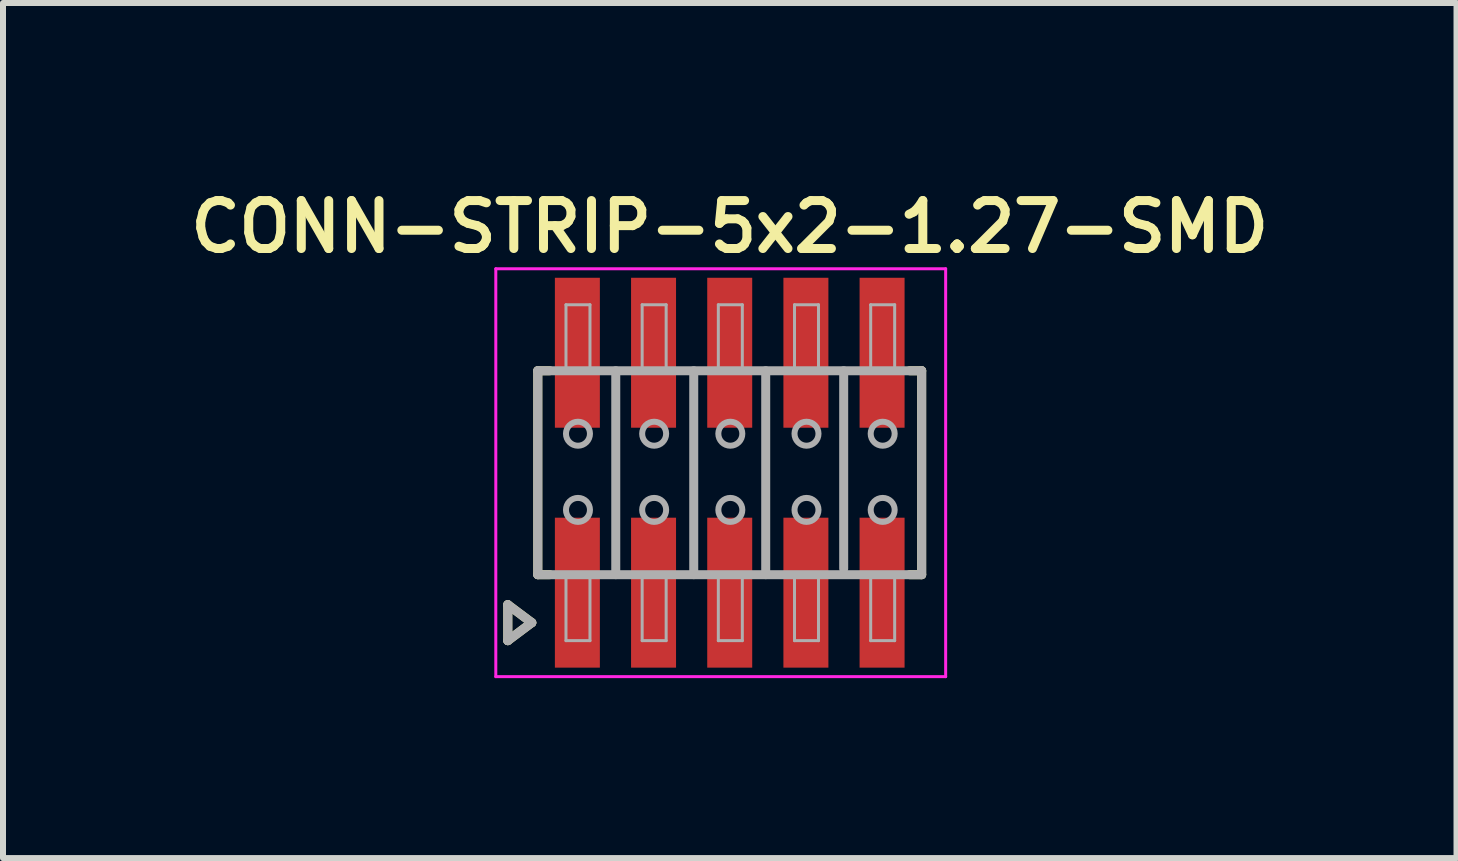
<source format=kicad_pcb>
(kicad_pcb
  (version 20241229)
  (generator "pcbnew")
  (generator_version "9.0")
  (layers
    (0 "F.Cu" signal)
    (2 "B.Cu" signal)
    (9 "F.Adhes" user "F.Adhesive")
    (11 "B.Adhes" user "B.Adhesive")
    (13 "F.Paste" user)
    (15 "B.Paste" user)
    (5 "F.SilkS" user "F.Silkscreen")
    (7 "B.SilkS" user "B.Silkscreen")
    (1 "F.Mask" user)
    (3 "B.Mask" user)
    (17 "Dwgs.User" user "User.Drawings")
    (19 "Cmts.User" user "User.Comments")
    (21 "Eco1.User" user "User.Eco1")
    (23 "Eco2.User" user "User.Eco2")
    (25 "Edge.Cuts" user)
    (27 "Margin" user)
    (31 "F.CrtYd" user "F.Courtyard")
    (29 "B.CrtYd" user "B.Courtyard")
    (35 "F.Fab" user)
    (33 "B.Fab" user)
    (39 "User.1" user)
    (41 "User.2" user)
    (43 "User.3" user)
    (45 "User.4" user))
  (footprint "CONN-STRIP-5x2-1.27-SMD"
    (layer "F.Cu")
    (at 9.116 4.831)
    (property "Reference" "CONN-STRIP-5x2-1.27-SMD" (at 0 -4.1 0) (layer "F.SilkS") (effects (font (size 0.8 0.8) (thickness 0.15))))
    (attr through_hole)
    (fp_line (start -3.7 2.2) (end -3.7 2.8) (stroke (width 0.15) (type solid)) (layer "F.SilkS"))
    (fp_line (start -3.7 2.8) (end -3.3 2.5) (stroke (width 0.15) (type solid)) (layer "F.SilkS"))
    (fp_line (start -3.3 2.5) (end -3.7 2.2) (stroke (width 0.15) (type solid)) (layer "F.SilkS"))
    (fp_line (start -3.2 -1.7) (end -3 -1.7) (stroke (width 0.15) (type solid)) (layer "F.SilkS"))
    (fp_line (start -3.2 1.7) (end -3.2 -1.7) (stroke (width 0.15) (type solid)) (layer "F.SilkS"))
    (fp_line (start -3 1.7) (end -3.2 1.7) (stroke (width 0.15) (type solid)) (layer "F.SilkS"))
    (fp_line (start 3 -1.7) (end 3.2 -1.7) (stroke (width 0.15) (type solid)) (layer "F.SilkS"))
    (fp_line (start 3.2 -1.7) (end 3.2 1.7) (stroke (width 0.15) (type solid)) (layer "F.SilkS"))
    (fp_line (start 3.2 1.7) (end 3 1.7) (stroke (width 0.15) (type solid)) (layer "F.SilkS"))
    (fp_line (start -3.9 -3.4) (end -3.9 3.4) (stroke (width 0.05) (type solid)) (layer "F.CrtYd"))
    (fp_line (start -3.9 3.4) (end 3.6 3.4) (stroke (width 0.05) (type solid)) (layer "F.CrtYd"))
    (fp_line (start 3.6 -3.4) (end -3.9 -3.4) (stroke (width 0.05) (type solid)) (layer "F.CrtYd"))
    (fp_line (start 3.6 3.4) (end 3.6 -3.4) (stroke (width 0.05) (type solid)) (layer "F.CrtYd"))
    (fp_line (start -3.7 2.2) (end -3.7 2.8) (stroke (width 0.15) (type solid)) (layer "F.Fab"))
    (fp_line (start -3.7 2.8) (end -3.3 2.5) (stroke (width 0.15) (type solid)) (layer "F.Fab"))
    (fp_line (start -3.3 2.5) (end -3.7 2.2) (stroke (width 0.15) (type solid)) (layer "F.Fab"))
    (fp_line (start -3.2 -1.7) (end 3.2 -1.7) (stroke (width 0.15) (type solid)) (layer "F.Fab"))
    (fp_line (start -3.2 1.7) (end -3.2 -1.7) (stroke (width 0.15) (type solid)) (layer "F.Fab"))
    (fp_line (start -2.73 -2.8) (end -2.73 -1.75) (stroke (width 0.05) (type solid)) (layer "F.Fab"))
    (fp_line (start -2.73 -2.8) (end -2.33 -2.8) (stroke (width 0.05) (type solid)) (layer "F.Fab"))
    (fp_line (start -2.73 1.75) (end -2.73 2.8) (stroke (width 0.05) (type solid)) (layer "F.Fab"))
    (fp_line (start -2.73 2.8) (end -2.33 2.8) (stroke (width 0.05) (type solid)) (layer "F.Fab"))
    (fp_line (start -2.33 -2.8) (end -2.33 -1.75) (stroke (width 0.05) (type solid)) (layer "F.Fab"))
    (fp_line (start -2.33 1.75) (end -2.33 2.8) (stroke (width 0.05) (type solid)) (layer "F.Fab"))
    (fp_line (start -1.9 -1.7) (end -1.9 1.7) (stroke (width 0.15) (type solid)) (layer "F.Fab"))
    (fp_line (start -1.46 -2.8) (end -1.46 -1.75) (stroke (width 0.05) (type solid)) (layer "F.Fab"))
    (fp_line (start -1.46 -2.8) (end -1.06 -2.8) (stroke (width 0.05) (type solid)) (layer "F.Fab"))
    (fp_line (start -1.46 1.75) (end -1.46 2.8) (stroke (width 0.05) (type solid)) (layer "F.Fab"))
    (fp_line (start -1.46 2.8) (end -1.06 2.8) (stroke (width 0.05) (type solid)) (layer "F.Fab"))
    (fp_line (start -1.06 -2.8) (end -1.06 -1.75) (stroke (width 0.05) (type solid)) (layer "F.Fab"))
    (fp_line (start -1.06 1.75) (end -1.06 2.8) (stroke (width 0.05) (type solid)) (layer "F.Fab"))
    (fp_line (start -0.6 -1.7) (end -0.6 1.7) (stroke (width 0.15) (type solid)) (layer "F.Fab"))
    (fp_line (start -0.19 -2.8) (end -0.19 -1.75) (stroke (width 0.05) (type solid)) (layer "F.Fab"))
    (fp_line (start -0.19 -2.8) (end 0.21 -2.8) (stroke (width 0.05) (type solid)) (layer "F.Fab"))
    (fp_line (start -0.19 1.75) (end -0.19 2.8) (stroke (width 0.05) (type solid)) (layer "F.Fab"))
    (fp_line (start -0.19 2.8) (end 0.21 2.8) (stroke (width 0.05) (type solid)) (layer "F.Fab"))
    (fp_line (start 0.21 -2.8) (end 0.21 -1.75) (stroke (width 0.05) (type solid)) (layer "F.Fab"))
    (fp_line (start 0.21 1.75) (end 0.21 2.8) (stroke (width 0.05) (type solid)) (layer "F.Fab"))
    (fp_line (start 0.6 -1.7) (end 0.6 1.7) (stroke (width 0.15) (type solid)) (layer "F.Fab"))
    (fp_line (start 1.08 -2.8) (end 1.08 -1.75) (stroke (width 0.05) (type solid)) (layer "F.Fab"))
    (fp_line (start 1.08 -2.8) (end 1.48 -2.8) (stroke (width 0.05) (type solid)) (layer "F.Fab"))
    (fp_line (start 1.08 1.75) (end 1.08 2.8) (stroke (width 0.05) (type solid)) (layer "F.Fab"))
    (fp_line (start 1.08 2.8) (end 1.48 2.8) (stroke (width 0.05) (type solid)) (layer "F.Fab"))
    (fp_line (start 1.48 -2.8) (end 1.48 -1.75) (stroke (width 0.05) (type solid)) (layer "F.Fab"))
    (fp_line (start 1.48 1.75) (end 1.48 2.8) (stroke (width 0.05) (type solid)) (layer "F.Fab"))
    (fp_line (start 1.9 -1.7) (end 1.9 1.6) (stroke (width 0.15) (type solid)) (layer "F.Fab"))
    (fp_line (start 2.35 -2.8) (end 2.35 -1.75) (stroke (width 0.05) (type solid)) (layer "F.Fab"))
    (fp_line (start 2.35 -2.8) (end 2.75 -2.8) (stroke (width 0.05) (type solid)) (layer "F.Fab"))
    (fp_line (start 2.35 1.75) (end 2.35 2.8) (stroke (width 0.05) (type solid)) (layer "F.Fab"))
    (fp_line (start 2.35 2.8) (end 2.75 2.8) (stroke (width 0.05) (type solid)) (layer "F.Fab"))
    (fp_line (start 2.75 -2.8) (end 2.75 -1.75) (stroke (width 0.05) (type solid)) (layer "F.Fab"))
    (fp_line (start 2.75 1.75) (end 2.75 2.8) (stroke (width 0.05) (type solid)) (layer "F.Fab"))
    (fp_line (start 3.2 -1.7) (end 3.2 1.7) (stroke (width 0.15) (type solid)) (layer "F.Fab"))
    (fp_line (start 3.2 1.7) (end -3.2 1.7) (stroke (width 0.15) (type solid)) (layer "F.Fab"))
    (fp_circle (center -2.53 -0.65) (end -2.33 -0.65) (stroke (width 0.1) (type solid)) (fill no) (layer "F.Fab"))
    (fp_circle (center -2.53 0.62) (end -2.33 0.62) (stroke (width 0.1) (type solid)) (fill no) (layer "F.Fab"))
    (fp_circle (center -1.26 -0.65) (end -1.06 -0.65) (stroke (width 0.1) (type solid)) (fill no) (layer "F.Fab"))
    (fp_circle (center -1.26 0.62) (end -1.06 0.62) (stroke (width 0.1) (type solid)) (fill no) (layer "F.Fab"))
    (fp_circle (center 0.01 -0.65) (end 0.21 -0.65) (stroke (width 0.1) (type solid)) (fill no) (layer "F.Fab"))
    (fp_circle (center 0.01 0.62) (end 0.21 0.62) (stroke (width 0.1) (type solid)) (fill no) (layer "F.Fab"))
    (fp_circle (center 1.28 -0.65) (end 1.48 -0.65) (stroke (width 0.1) (type solid)) (fill no) (layer "F.Fab"))
    (fp_circle (center 1.28 0.62) (end 1.48 0.62) (stroke (width 0.1) (type solid)) (fill no) (layer "F.Fab"))
    (fp_circle (center 2.55 -0.65) (end 2.75 -0.65) (stroke (width 0.1) (type solid)) (fill no) (layer "F.Fab"))
    (fp_circle (center 2.55 0.62) (end 2.75 0.62) (stroke (width 0.1) (type solid)) (fill no) (layer "F.Fab"))
    (pad "1" smd rect (at -2.54 2) (size 0.75 2.5) (layers "F.Cu" "F.Mask" "F.Paste"))
    (pad "2" smd rect (at -2.54 -2) (size 0.75 2.5) (layers "F.Cu" "F.Mask" "F.Paste"))
    (pad "3" smd rect (at -1.27 2) (size 0.75 2.5) (layers "F.Cu" "F.Mask" "F.Paste"))
    (pad "4" smd rect (at -1.27 -2) (size 0.75 2.5) (layers "F.Cu" "F.Mask" "F.Paste"))
    (pad "5" smd rect (at 0 2) (size 0.75 2.5) (layers "F.Cu" "F.Mask" "F.Paste"))
    (pad "6" smd rect (at 0 -2) (size 0.75 2.5) (layers "F.Cu" "F.Mask" "F.Paste"))
    (pad "7" smd rect (at 1.27 2) (size 0.75 2.5) (layers "F.Cu" "F.Mask" "F.Paste"))
    (pad "8" smd rect (at 1.27 -2) (size 0.75 2.5) (layers "F.Cu" "F.Mask" "F.Paste"))
    (pad "9" smd rect (at 2.54 2) (size 0.75 2.5) (layers "F.Cu" "F.Mask" "F.Paste"))
    (pad "10" smd rect (at 2.54 -2) (size 0.75 2.5) (layers "F.Cu" "F.Mask" "F.Paste")))
  (gr_rect
    (start -3 -3)
    (end 21.233 11.256)
    (stroke (width 0.1) (type default))
    (fill no)
    (layer "Edge.Cuts")))
</source>
